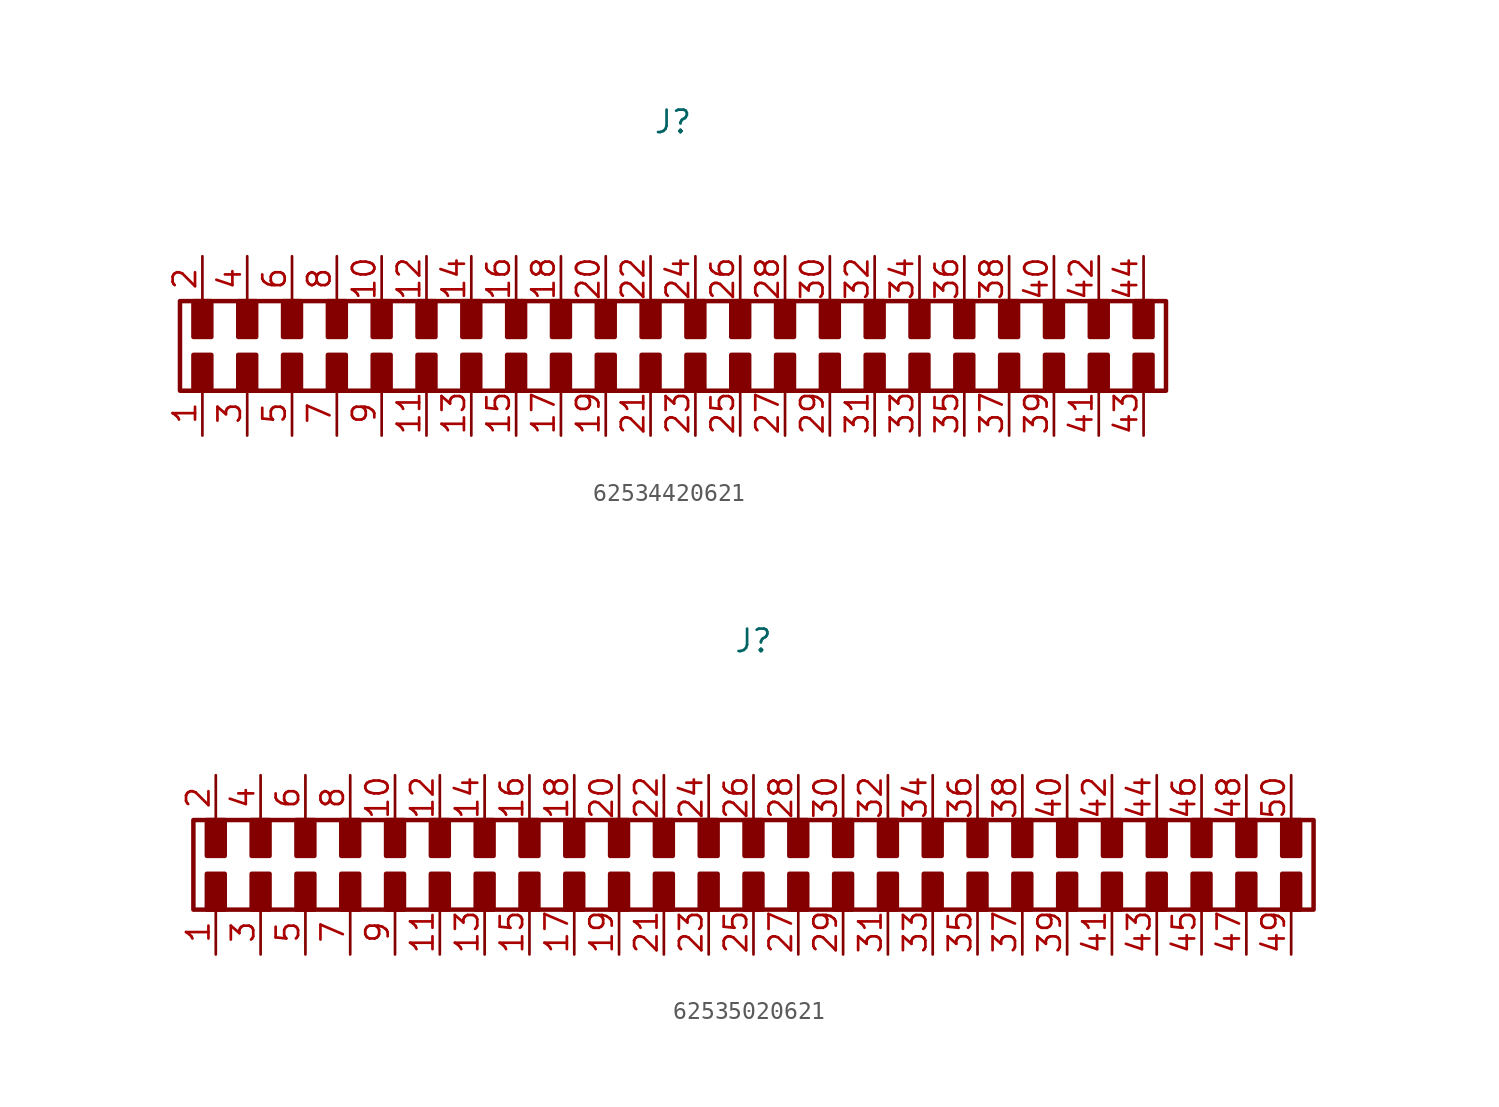
<source format=kicad_sym>
(kicad_symbol_lib
  (version 20241209)
  (generator "kicad_symbol_editor")
  (generator_version "9.0")
  (symbol "62534420621"
    (pin_names
      (hide yes))
    (property "Reference" "J"
      (at 0 12.7 0)
      (effects (font (size 1.27 1.27))))
    (symbol "62534420621_1_1"
      (rectangle (start -27.94 2.54) (end 27.94 -2.54) (stroke (width 0.254) (type solid)) (fill (type none)))
      (rectangle (start -27.178 2.54) (end -26.162 0.508) (stroke (width 0.254) (type solid)) (fill (type outline)))
      (rectangle (start -27.178 -0.508) (end -26.162 -2.54) (stroke (width 0.254) (type solid)) (fill (type outline)))
      (rectangle (start -24.638 2.54) (end -23.622 0.508) (stroke (width 0.254) (type solid)) (fill (type outline)))
      (rectangle (start -24.638 -0.508) (end -23.622 -2.54) (stroke (width 0.254) (type solid)) (fill (type outline)))
      (rectangle (start -22.098 2.54) (end -21.082 0.508) (stroke (width 0.254) (type solid)) (fill (type outline)))
      (rectangle (start -22.098 -0.508) (end -21.082 -2.54) (stroke (width 0.254) (type solid)) (fill (type outline)))
      (rectangle (start -19.558 2.54) (end -18.542 0.508) (stroke (width 0.254) (type solid)) (fill (type outline)))
      (rectangle (start -19.558 -0.508) (end -18.542 -2.54) (stroke (width 0.254) (type solid)) (fill (type outline)))
      (rectangle (start -17.018 2.54) (end -16.002 0.508) (stroke (width 0.254) (type solid)) (fill (type outline)))
      (rectangle (start -17.018 -0.508) (end -16.002 -2.54) (stroke (width 0.254) (type solid)) (fill (type outline)))
      (rectangle (start -14.478 2.54) (end -13.462 0.508) (stroke (width 0.254) (type solid)) (fill (type outline)))
      (rectangle (start -14.478 -0.508) (end -13.462 -2.54) (stroke (width 0.254) (type solid)) (fill (type outline)))
      (rectangle (start -11.938 2.54) (end -10.922 0.508) (stroke (width 0.254) (type solid)) (fill (type outline)))
      (rectangle (start -11.938 -0.508) (end -10.922 -2.54) (stroke (width 0.254) (type solid)) (fill (type outline)))
      (rectangle (start -9.398 2.54) (end -8.382 0.508) (stroke (width 0.254) (type solid)) (fill (type outline)))
      (rectangle (start -9.398 -0.508) (end -8.382 -2.54) (stroke (width 0.254) (type solid)) (fill (type outline)))
      (rectangle (start -6.858 2.54) (end -5.842 0.508) (stroke (width 0.254) (type solid)) (fill (type outline)))
      (rectangle (start -6.858 -0.508) (end -5.842 -2.54) (stroke (width 0.254) (type solid)) (fill (type outline)))
      (rectangle (start -4.318 2.54) (end -3.302 0.508) (stroke (width 0.254) (type solid)) (fill (type outline)))
      (rectangle (start -4.318 -0.508) (end -3.302 -2.54) (stroke (width 0.254) (type solid)) (fill (type outline)))
      (rectangle (start -1.778 2.54) (end -0.762 0.508) (stroke (width 0.254) (type solid)) (fill (type outline)))
      (rectangle (start -1.778 -0.508) (end -0.762 -2.54) (stroke (width 0.254) (type solid)) (fill (type outline)))
      (rectangle (start 0.762 2.54) (end 1.778 0.508) (stroke (width 0.254) (type solid)) (fill (type outline)))
      (rectangle (start 0.762 -0.508) (end 1.778 -2.54) (stroke (width 0.254) (type solid)) (fill (type outline)))
      (rectangle (start 3.302 2.54) (end 4.318 0.508) (stroke (width 0.254) (type solid)) (fill (type outline)))
      (rectangle (start 3.302 -0.508) (end 4.318 -2.54) (stroke (width 0.254) (type solid)) (fill (type outline)))
      (rectangle (start 5.842 2.54) (end 6.858 0.508) (stroke (width 0.254) (type solid)) (fill (type outline)))
      (rectangle (start 5.842 -0.508) (end 6.858 -2.54) (stroke (width 0.254) (type solid)) (fill (type outline)))
      (rectangle (start 8.382 2.54) (end 9.398 0.508) (stroke (width 0.254) (type solid)) (fill (type outline)))
      (rectangle (start 8.382 -0.508) (end 9.398 -2.54) (stroke (width 0.254) (type solid)) (fill (type outline)))
      (rectangle (start 10.922 2.54) (end 11.938 0.508) (stroke (width 0.254) (type solid)) (fill (type outline)))
      (rectangle (start 10.922 -0.508) (end 11.938 -2.54) (stroke (width 0.254) (type solid)) (fill (type outline)))
      (rectangle (start 13.462 2.54) (end 14.478 0.508) (stroke (width 0.254) (type solid)) (fill (type outline)))
      (rectangle (start 13.462 -0.508) (end 14.478 -2.54) (stroke (width 0.254) (type solid)) (fill (type outline)))
      (rectangle (start 16.002 2.54) (end 17.018 0.508) (stroke (width 0.254) (type solid)) (fill (type outline)))
      (rectangle (start 16.002 -0.508) (end 17.018 -2.54) (stroke (width 0.254) (type solid)) (fill (type outline)))
      (rectangle (start 18.542 2.54) (end 19.558 0.508) (stroke (width 0.254) (type solid)) (fill (type outline)))
      (rectangle (start 18.542 -0.508) (end 19.558 -2.54) (stroke (width 0.254) (type solid)) (fill (type outline)))
      (rectangle (start 21.082 2.54) (end 22.098 0.508) (stroke (width 0.254) (type solid)) (fill (type outline)))
      (rectangle (start 21.082 -0.508) (end 22.098 -2.54) (stroke (width 0.254) (type solid)) (fill (type outline)))
      (rectangle (start 23.622 2.54) (end 24.638 0.508) (stroke (width 0.254) (type solid)) (fill (type outline)))
      (rectangle (start 23.622 -0.508) (end 24.638 -2.54) (stroke (width 0.254) (type solid)) (fill (type outline)))
      (rectangle (start 26.162 2.54) (end 27.178 0.508) (stroke (width 0.254) (type solid)) (fill (type outline)))
      (rectangle (start 26.162 -0.508) (end 27.178 -2.54) (stroke (width 0.254) (type solid)) (fill (type outline)))
      (pin passive line (at -26.67 5.08 270) (length 2.54) (name "2" (effects (font (size 1.27 1.27)))) (number "2" (effects (font (size 1.27 1.27)))))
      (pin passive line (at -26.67 -5.08 90) (length 2.54) (name "1" (effects (font (size 1.27 1.27)))) (number "1" (effects (font (size 1.27 1.27)))))
      (pin passive line (at -24.13 5.08 270) (length 2.54) (name "4" (effects (font (size 1.27 1.27)))) (number "4" (effects (font (size 1.27 1.27)))))
      (pin passive line (at -24.13 -5.08 90) (length 2.54) (name "3" (effects (font (size 1.27 1.27)))) (number "3" (effects (font (size 1.27 1.27)))))
      (pin passive line (at -21.59 5.08 270) (length 2.54) (name "6" (effects (font (size 1.27 1.27)))) (number "6" (effects (font (size 1.27 1.27)))))
      (pin passive line (at -21.59 -5.08 90) (length 2.54) (name "5" (effects (font (size 1.27 1.27)))) (number "5" (effects (font (size 1.27 1.27)))))
      (pin passive line (at -19.05 5.08 270) (length 2.54) (name "8" (effects (font (size 1.27 1.27)))) (number "8" (effects (font (size 1.27 1.27)))))
      (pin passive line (at -19.05 -5.08 90) (length 2.54) (name "7" (effects (font (size 1.27 1.27)))) (number "7" (effects (font (size 1.27 1.27)))))
      (pin passive line (at -16.51 5.08 270) (length 2.54) (name "10" (effects (font (size 1.27 1.27)))) (number "10" (effects (font (size 1.27 1.27)))))
      (pin passive line (at -16.51 -5.08 90) (length 2.54) (name "9" (effects (font (size 1.27 1.27)))) (number "9" (effects (font (size 1.27 1.27)))))
      (pin passive line (at -13.97 5.08 270) (length 2.54) (name "12" (effects (font (size 1.27 1.27)))) (number "12" (effects (font (size 1.27 1.27)))))
      (pin passive line (at -13.97 -5.08 90) (length 2.54) (name "11" (effects (font (size 1.27 1.27)))) (number "11" (effects (font (size 1.27 1.27)))))
      (pin passive line (at -11.43 5.08 270) (length 2.54) (name "14" (effects (font (size 1.27 1.27)))) (number "14" (effects (font (size 1.27 1.27)))))
      (pin passive line (at -11.43 -5.08 90) (length 2.54) (name "13" (effects (font (size 1.27 1.27)))) (number "13" (effects (font (size 1.27 1.27)))))
      (pin passive line (at -8.89 5.08 270) (length 2.54) (name "16" (effects (font (size 1.27 1.27)))) (number "16" (effects (font (size 1.27 1.27)))))
      (pin passive line (at -8.89 -5.08 90) (length 2.54) (name "15" (effects (font (size 1.27 1.27)))) (number "15" (effects (font (size 1.27 1.27)))))
      (pin passive line (at -6.35 5.08 270) (length 2.54) (name "18" (effects (font (size 1.27 1.27)))) (number "18" (effects (font (size 1.27 1.27)))))
      (pin passive line (at -6.35 -5.08 90) (length 2.54) (name "17" (effects (font (size 1.27 1.27)))) (number "17" (effects (font (size 1.27 1.27)))))
      (pin passive line (at -3.81 5.08 270) (length 2.54) (name "20" (effects (font (size 1.27 1.27)))) (number "20" (effects (font (size 1.27 1.27)))))
      (pin passive line (at -3.81 -5.08 90) (length 2.54) (name "19" (effects (font (size 1.27 1.27)))) (number "19" (effects (font (size 1.27 1.27)))))
      (pin passive line (at -1.27 5.08 270) (length 2.54) (name "22" (effects (font (size 1.27 1.27)))) (number "22" (effects (font (size 1.27 1.27)))))
      (pin passive line (at -1.27 -5.08 90) (length 2.54) (name "21" (effects (font (size 1.27 1.27)))) (number "21" (effects (font (size 1.27 1.27)))))
      (pin passive line (at 1.27 5.08 270) (length 2.54) (name "24" (effects (font (size 1.27 1.27)))) (number "24" (effects (font (size 1.27 1.27)))))
      (pin passive line (at 1.27 -5.08 90) (length 2.54) (name "23" (effects (font (size 1.27 1.27)))) (number "23" (effects (font (size 1.27 1.27)))))
      (pin passive line (at 3.81 5.08 270) (length 2.54) (name "26" (effects (font (size 1.27 1.27)))) (number "26" (effects (font (size 1.27 1.27)))))
      (pin passive line (at 3.81 -5.08 90) (length 2.54) (name "25" (effects (font (size 1.27 1.27)))) (number "25" (effects (font (size 1.27 1.27)))))
      (pin passive line (at 6.35 5.08 270) (length 2.54) (name "28" (effects (font (size 1.27 1.27)))) (number "28" (effects (font (size 1.27 1.27)))))
      (pin passive line (at 6.35 -5.08 90) (length 2.54) (name "27" (effects (font (size 1.27 1.27)))) (number "27" (effects (font (size 1.27 1.27)))))
      (pin passive line (at 8.89 5.08 270) (length 2.54) (name "30" (effects (font (size 1.27 1.27)))) (number "30" (effects (font (size 1.27 1.27)))))
      (pin passive line (at 8.89 -5.08 90) (length 2.54) (name "29" (effects (font (size 1.27 1.27)))) (number "29" (effects (font (size 1.27 1.27)))))
      (pin passive line (at 11.43 5.08 270) (length 2.54) (name "32" (effects (font (size 1.27 1.27)))) (number "32" (effects (font (size 1.27 1.27)))))
      (pin passive line (at 11.43 -5.08 90) (length 2.54) (name "31" (effects (font (size 1.27 1.27)))) (number "31" (effects (font (size 1.27 1.27)))))
      (pin passive line (at 13.97 5.08 270) (length 2.54) (name "34" (effects (font (size 1.27 1.27)))) (number "34" (effects (font (size 1.27 1.27)))))
      (pin passive line (at 13.97 -5.08 90) (length 2.54) (name "33" (effects (font (size 1.27 1.27)))) (number "33" (effects (font (size 1.27 1.27)))))
      (pin passive line (at 16.51 5.08 270) (length 2.54) (name "36" (effects (font (size 1.27 1.27)))) (number "36" (effects (font (size 1.27 1.27)))))
      (pin passive line (at 16.51 -5.08 90) (length 2.54) (name "35" (effects (font (size 1.27 1.27)))) (number "35" (effects (font (size 1.27 1.27)))))
      (pin passive line (at 19.05 5.08 270) (length 2.54) (name "38" (effects (font (size 1.27 1.27)))) (number "38" (effects (font (size 1.27 1.27)))))
      (pin passive line (at 19.05 -5.08 90) (length 2.54) (name "37" (effects (font (size 1.27 1.27)))) (number "37" (effects (font (size 1.27 1.27)))))
      (pin passive line (at 21.59 5.08 270) (length 2.54) (name "40" (effects (font (size 1.27 1.27)))) (number "40" (effects (font (size 1.27 1.27)))))
      (pin passive line (at 21.59 -5.08 90) (length 2.54) (name "39" (effects (font (size 1.27 1.27)))) (number "39" (effects (font (size 1.27 1.27)))))
      (pin passive line (at 24.13 5.08 270) (length 2.54) (name "42" (effects (font (size 1.27 1.27)))) (number "42" (effects (font (size 1.27 1.27)))))
      (pin passive line (at 24.13 -5.08 90) (length 2.54) (name "41" (effects (font (size 1.27 1.27)))) (number "41" (effects (font (size 1.27 1.27)))))
      (pin passive line (at 26.67 5.08 270) (length 2.54) (name "44" (effects (font (size 1.27 1.27)))) (number "44" (effects (font (size 1.27 1.27)))))
      (pin passive line (at 26.67 -5.08 90) (length 2.54) (name "43" (effects (font (size 1.27 1.27)))) (number "43" (effects (font (size 1.27 1.27)))))))
  (symbol "62535020621"
    (pin_names
      (hide yes))
    (property "Reference" "J"
      (at 0 12.7 0)
      (effects (font (size 1.27 1.27))))
    (symbol "62535020621_1_1"
      (rectangle (start -31.75 2.54) (end 31.75 -2.54) (stroke (width 0.254) (type solid)) (fill (type none)))
      (rectangle (start -30.988 2.54) (end -29.972 0.508) (stroke (width 0.254) (type solid)) (fill (type outline)))
      (rectangle (start -30.988 -0.508) (end -29.972 -2.54) (stroke (width 0.254) (type solid)) (fill (type outline)))
      (rectangle (start -28.448 2.54) (end -27.432 0.508) (stroke (width 0.254) (type solid)) (fill (type outline)))
      (rectangle (start -28.448 -0.508) (end -27.432 -2.54) (stroke (width 0.254) (type solid)) (fill (type outline)))
      (rectangle (start -25.908 2.54) (end -24.892 0.508) (stroke (width 0.254) (type solid)) (fill (type outline)))
      (rectangle (start -25.908 -0.508) (end -24.892 -2.54) (stroke (width 0.254) (type solid)) (fill (type outline)))
      (rectangle (start -23.368 2.54) (end -22.352 0.508) (stroke (width 0.254) (type solid)) (fill (type outline)))
      (rectangle (start -23.368 -0.508) (end -22.352 -2.54) (stroke (width 0.254) (type solid)) (fill (type outline)))
      (rectangle (start -20.828 2.54) (end -19.812 0.508) (stroke (width 0.254) (type solid)) (fill (type outline)))
      (rectangle (start -20.828 -0.508) (end -19.812 -2.54) (stroke (width 0.254) (type solid)) (fill (type outline)))
      (rectangle (start -18.288 2.54) (end -17.272 0.508) (stroke (width 0.254) (type solid)) (fill (type outline)))
      (rectangle (start -18.288 -0.508) (end -17.272 -2.54) (stroke (width 0.254) (type solid)) (fill (type outline)))
      (rectangle (start -15.748 2.54) (end -14.732 0.508) (stroke (width 0.254) (type solid)) (fill (type outline)))
      (rectangle (start -15.748 -0.508) (end -14.732 -2.54) (stroke (width 0.254) (type solid)) (fill (type outline)))
      (rectangle (start -13.208 2.54) (end -12.192 0.508) (stroke (width 0.254) (type solid)) (fill (type outline)))
      (rectangle (start -13.208 -0.508) (end -12.192 -2.54) (stroke (width 0.254) (type solid)) (fill (type outline)))
      (rectangle (start -10.668 2.54) (end -9.652 0.508) (stroke (width 0.254) (type solid)) (fill (type outline)))
      (rectangle (start -10.668 -0.508) (end -9.652 -2.54) (stroke (width 0.254) (type solid)) (fill (type outline)))
      (rectangle (start -8.128 2.54) (end -7.112 0.508) (stroke (width 0.254) (type solid)) (fill (type outline)))
      (rectangle (start -8.128 -0.508) (end -7.112 -2.54) (stroke (width 0.254) (type solid)) (fill (type outline)))
      (rectangle (start -5.588 2.54) (end -4.572 0.508) (stroke (width 0.254) (type solid)) (fill (type outline)))
      (rectangle (start -5.588 -0.508) (end -4.572 -2.54) (stroke (width 0.254) (type solid)) (fill (type outline)))
      (rectangle (start -3.048 2.54) (end -2.032 0.508) (stroke (width 0.254) (type solid)) (fill (type outline)))
      (rectangle (start -3.048 -0.508) (end -2.032 -2.54) (stroke (width 0.254) (type solid)) (fill (type outline)))
      (rectangle (start -0.508 2.54) (end 0.508 0.508) (stroke (width 0.254) (type solid)) (fill (type outline)))
      (rectangle (start -0.508 -0.508) (end 0.508 -2.54) (stroke (width 0.254) (type solid)) (fill (type outline)))
      (rectangle (start 2.032 2.54) (end 3.048 0.508) (stroke (width 0.254) (type solid)) (fill (type outline)))
      (rectangle (start 2.032 -0.508) (end 3.048 -2.54) (stroke (width 0.254) (type solid)) (fill (type outline)))
      (rectangle (start 4.572 2.54) (end 5.588 0.508) (stroke (width 0.254) (type solid)) (fill (type outline)))
      (rectangle (start 4.572 -0.508) (end 5.588 -2.54) (stroke (width 0.254) (type solid)) (fill (type outline)))
      (rectangle (start 7.112 2.54) (end 8.128 0.508) (stroke (width 0.254) (type solid)) (fill (type outline)))
      (rectangle (start 7.112 -0.508) (end 8.128 -2.54) (stroke (width 0.254) (type solid)) (fill (type outline)))
      (rectangle (start 9.652 2.54) (end 10.668 0.508) (stroke (width 0.254) (type solid)) (fill (type outline)))
      (rectangle (start 9.652 -0.508) (end 10.668 -2.54) (stroke (width 0.254) (type solid)) (fill (type outline)))
      (rectangle (start 12.192 2.54) (end 13.208 0.508) (stroke (width 0.254) (type solid)) (fill (type outline)))
      (rectangle (start 12.192 -0.508) (end 13.208 -2.54) (stroke (width 0.254) (type solid)) (fill (type outline)))
      (rectangle (start 14.732 2.54) (end 15.748 0.508) (stroke (width 0.254) (type solid)) (fill (type outline)))
      (rectangle (start 14.732 -0.508) (end 15.748 -2.54) (stroke (width 0.254) (type solid)) (fill (type outline)))
      (rectangle (start 17.272 2.54) (end 18.288 0.508) (stroke (width 0.254) (type solid)) (fill (type outline)))
      (rectangle (start 17.272 -0.508) (end 18.288 -2.54) (stroke (width 0.254) (type solid)) (fill (type outline)))
      (rectangle (start 19.812 2.54) (end 20.828 0.508) (stroke (width 0.254) (type solid)) (fill (type outline)))
      (rectangle (start 19.812 -0.508) (end 20.828 -2.54) (stroke (width 0.254) (type solid)) (fill (type outline)))
      (rectangle (start 22.352 2.54) (end 23.368 0.508) (stroke (width 0.254) (type solid)) (fill (type outline)))
      (rectangle (start 22.352 -0.508) (end 23.368 -2.54) (stroke (width 0.254) (type solid)) (fill (type outline)))
      (rectangle (start 24.892 2.54) (end 25.908 0.508) (stroke (width 0.254) (type solid)) (fill (type outline)))
      (rectangle (start 24.892 -0.508) (end 25.908 -2.54) (stroke (width 0.254) (type solid)) (fill (type outline)))
      (rectangle (start 27.432 2.54) (end 28.448 0.508) (stroke (width 0.254) (type solid)) (fill (type outline)))
      (rectangle (start 27.432 -0.508) (end 28.448 -2.54) (stroke (width 0.254) (type solid)) (fill (type outline)))
      (rectangle (start 29.972 2.54) (end 30.988 0.508) (stroke (width 0.254) (type solid)) (fill (type outline)))
      (rectangle (start 29.972 -0.508) (end 30.988 -2.54) (stroke (width 0.254) (type solid)) (fill (type outline)))
      (pin passive line (at -30.48 5.08 270) (length 2.54) (name "2" (effects (font (size 1.27 1.27)))) (number "2" (effects (font (size 1.27 1.27)))))
      (pin passive line (at -30.48 -5.08 90) (length 2.54) (name "1" (effects (font (size 1.27 1.27)))) (number "1" (effects (font (size 1.27 1.27)))))
      (pin passive line (at -27.94 5.08 270) (length 2.54) (name "4" (effects (font (size 1.27 1.27)))) (number "4" (effects (font (size 1.27 1.27)))))
      (pin passive line (at -27.94 -5.08 90) (length 2.54) (name "3" (effects (font (size 1.27 1.27)))) (number "3" (effects (font (size 1.27 1.27)))))
      (pin passive line (at -25.4 5.08 270) (length 2.54) (name "6" (effects (font (size 1.27 1.27)))) (number "6" (effects (font (size 1.27 1.27)))))
      (pin passive line (at -25.4 -5.08 90) (length 2.54) (name "5" (effects (font (size 1.27 1.27)))) (number "5" (effects (font (size 1.27 1.27)))))
      (pin passive line (at -22.86 5.08 270) (length 2.54) (name "8" (effects (font (size 1.27 1.27)))) (number "8" (effects (font (size 1.27 1.27)))))
      (pin passive line (at -22.86 -5.08 90) (length 2.54) (name "7" (effects (font (size 1.27 1.27)))) (number "7" (effects (font (size 1.27 1.27)))))
      (pin passive line (at -20.32 5.08 270) (length 2.54) (name "10" (effects (font (size 1.27 1.27)))) (number "10" (effects (font (size 1.27 1.27)))))
      (pin passive line (at -20.32 -5.08 90) (length 2.54) (name "9" (effects (font (size 1.27 1.27)))) (number "9" (effects (font (size 1.27 1.27)))))
      (pin passive line (at -17.78 5.08 270) (length 2.54) (name "12" (effects (font (size 1.27 1.27)))) (number "12" (effects (font (size 1.27 1.27)))))
      (pin passive line (at -17.78 -5.08 90) (length 2.54) (name "11" (effects (font (size 1.27 1.27)))) (number "11" (effects (font (size 1.27 1.27)))))
      (pin passive line (at -15.24 5.08 270) (length 2.54) (name "14" (effects (font (size 1.27 1.27)))) (number "14" (effects (font (size 1.27 1.27)))))
      (pin passive line (at -15.24 -5.08 90) (length 2.54) (name "13" (effects (font (size 1.27 1.27)))) (number "13" (effects (font (size 1.27 1.27)))))
      (pin passive line (at -12.7 5.08 270) (length 2.54) (name "16" (effects (font (size 1.27 1.27)))) (number "16" (effects (font (size 1.27 1.27)))))
      (pin passive line (at -12.7 -5.08 90) (length 2.54) (name "15" (effects (font (size 1.27 1.27)))) (number "15" (effects (font (size 1.27 1.27)))))
      (pin passive line (at -10.16 5.08 270) (length 2.54) (name "18" (effects (font (size 1.27 1.27)))) (number "18" (effects (font (size 1.27 1.27)))))
      (pin passive line (at -10.16 -5.08 90) (length 2.54) (name "17" (effects (font (size 1.27 1.27)))) (number "17" (effects (font (size 1.27 1.27)))))
      (pin passive line (at -7.62 5.08 270) (length 2.54) (name "20" (effects (font (size 1.27 1.27)))) (number "20" (effects (font (size 1.27 1.27)))))
      (pin passive line (at -7.62 -5.08 90) (length 2.54) (name "19" (effects (font (size 1.27 1.27)))) (number "19" (effects (font (size 1.27 1.27)))))
      (pin passive line (at -5.08 5.08 270) (length 2.54) (name "22" (effects (font (size 1.27 1.27)))) (number "22" (effects (font (size 1.27 1.27)))))
      (pin passive line (at -5.08 -5.08 90) (length 2.54) (name "21" (effects (font (size 1.27 1.27)))) (number "21" (effects (font (size 1.27 1.27)))))
      (pin passive line (at -2.54 5.08 270) (length 2.54) (name "24" (effects (font (size 1.27 1.27)))) (number "24" (effects (font (size 1.27 1.27)))))
      (pin passive line (at -2.54 -5.08 90) (length 2.54) (name "23" (effects (font (size 1.27 1.27)))) (number "23" (effects (font (size 1.27 1.27)))))
      (pin passive line (at 0 5.08 270) (length 2.54) (name "26" (effects (font (size 1.27 1.27)))) (number "26" (effects (font (size 1.27 1.27)))))
      (pin passive line (at 0 -5.08 90) (length 2.54) (name "25" (effects (font (size 1.27 1.27)))) (number "25" (effects (font (size 1.27 1.27)))))
      (pin passive line (at 2.54 5.08 270) (length 2.54) (name "28" (effects (font (size 1.27 1.27)))) (number "28" (effects (font (size 1.27 1.27)))))
      (pin passive line (at 2.54 -5.08 90) (length 2.54) (name "27" (effects (font (size 1.27 1.27)))) (number "27" (effects (font (size 1.27 1.27)))))
      (pin passive line (at 5.08 5.08 270) (length 2.54) (name "30" (effects (font (size 1.27 1.27)))) (number "30" (effects (font (size 1.27 1.27)))))
      (pin passive line (at 5.08 -5.08 90) (length 2.54) (name "29" (effects (font (size 1.27 1.27)))) (number "29" (effects (font (size 1.27 1.27)))))
      (pin passive line (at 7.62 5.08 270) (length 2.54) (name "32" (effects (font (size 1.27 1.27)))) (number "32" (effects (font (size 1.27 1.27)))))
      (pin passive line (at 7.62 -5.08 90) (length 2.54) (name "31" (effects (font (size 1.27 1.27)))) (number "31" (effects (font (size 1.27 1.27)))))
      (pin passive line (at 10.16 5.08 270) (length 2.54) (name "34" (effects (font (size 1.27 1.27)))) (number "34" (effects (font (size 1.27 1.27)))))
      (pin passive line (at 10.16 -5.08 90) (length 2.54) (name "33" (effects (font (size 1.27 1.27)))) (number "33" (effects (font (size 1.27 1.27)))))
      (pin passive line (at 12.7 5.08 270) (length 2.54) (name "36" (effects (font (size 1.27 1.27)))) (number "36" (effects (font (size 1.27 1.27)))))
      (pin passive line (at 12.7 -5.08 90) (length 2.54) (name "35" (effects (font (size 1.27 1.27)))) (number "35" (effects (font (size 1.27 1.27)))))
      (pin passive line (at 15.24 5.08 270) (length 2.54) (name "38" (effects (font (size 1.27 1.27)))) (number "38" (effects (font (size 1.27 1.27)))))
      (pin passive line (at 15.24 -5.08 90) (length 2.54) (name "37" (effects (font (size 1.27 1.27)))) (number "37" (effects (font (size 1.27 1.27)))))
      (pin passive line (at 17.78 5.08 270) (length 2.54) (name "40" (effects (font (size 1.27 1.27)))) (number "40" (effects (font (size 1.27 1.27)))))
      (pin passive line (at 17.78 -5.08 90) (length 2.54) (name "39" (effects (font (size 1.27 1.27)))) (number "39" (effects (font (size 1.27 1.27)))))
      (pin passive line (at 20.32 5.08 270) (length 2.54) (name "42" (effects (font (size 1.27 1.27)))) (number "42" (effects (font (size 1.27 1.27)))))
      (pin passive line (at 20.32 -5.08 90) (length 2.54) (name "41" (effects (font (size 1.27 1.27)))) (number "41" (effects (font (size 1.27 1.27)))))
      (pin passive line (at 22.86 5.08 270) (length 2.54) (name "44" (effects (font (size 1.27 1.27)))) (number "44" (effects (font (size 1.27 1.27)))))
      (pin passive line (at 22.86 -5.08 90) (length 2.54) (name "43" (effects (font (size 1.27 1.27)))) (number "43" (effects (font (size 1.27 1.27)))))
      (pin passive line (at 25.4 5.08 270) (length 2.54) (name "46" (effects (font (size 1.27 1.27)))) (number "46" (effects (font (size 1.27 1.27)))))
      (pin passive line (at 25.4 -5.08 90) (length 2.54) (name "45" (effects (font (size 1.27 1.27)))) (number "45" (effects (font (size 1.27 1.27)))))
      (pin passive line (at 27.94 5.08 270) (length 2.54) (name "48" (effects (font (size 1.27 1.27)))) (number "48" (effects (font (size 1.27 1.27)))))
      (pin passive line (at 27.94 -5.08 90) (length 2.54) (name "47" (effects (font (size 1.27 1.27)))) (number "47" (effects (font (size 1.27 1.27)))))
      (pin passive line (at 30.48 5.08 270) (length 2.54) (name "50" (effects (font (size 1.27 1.27)))) (number "50" (effects (font (size 1.27 1.27)))))
      (pin passive line (at 30.48 -5.08 90) (length 2.54) (name "49" (effects (font (size 1.27 1.27)))) (number "49" (effects (font (size 1.27 1.27))))))))
</source>
